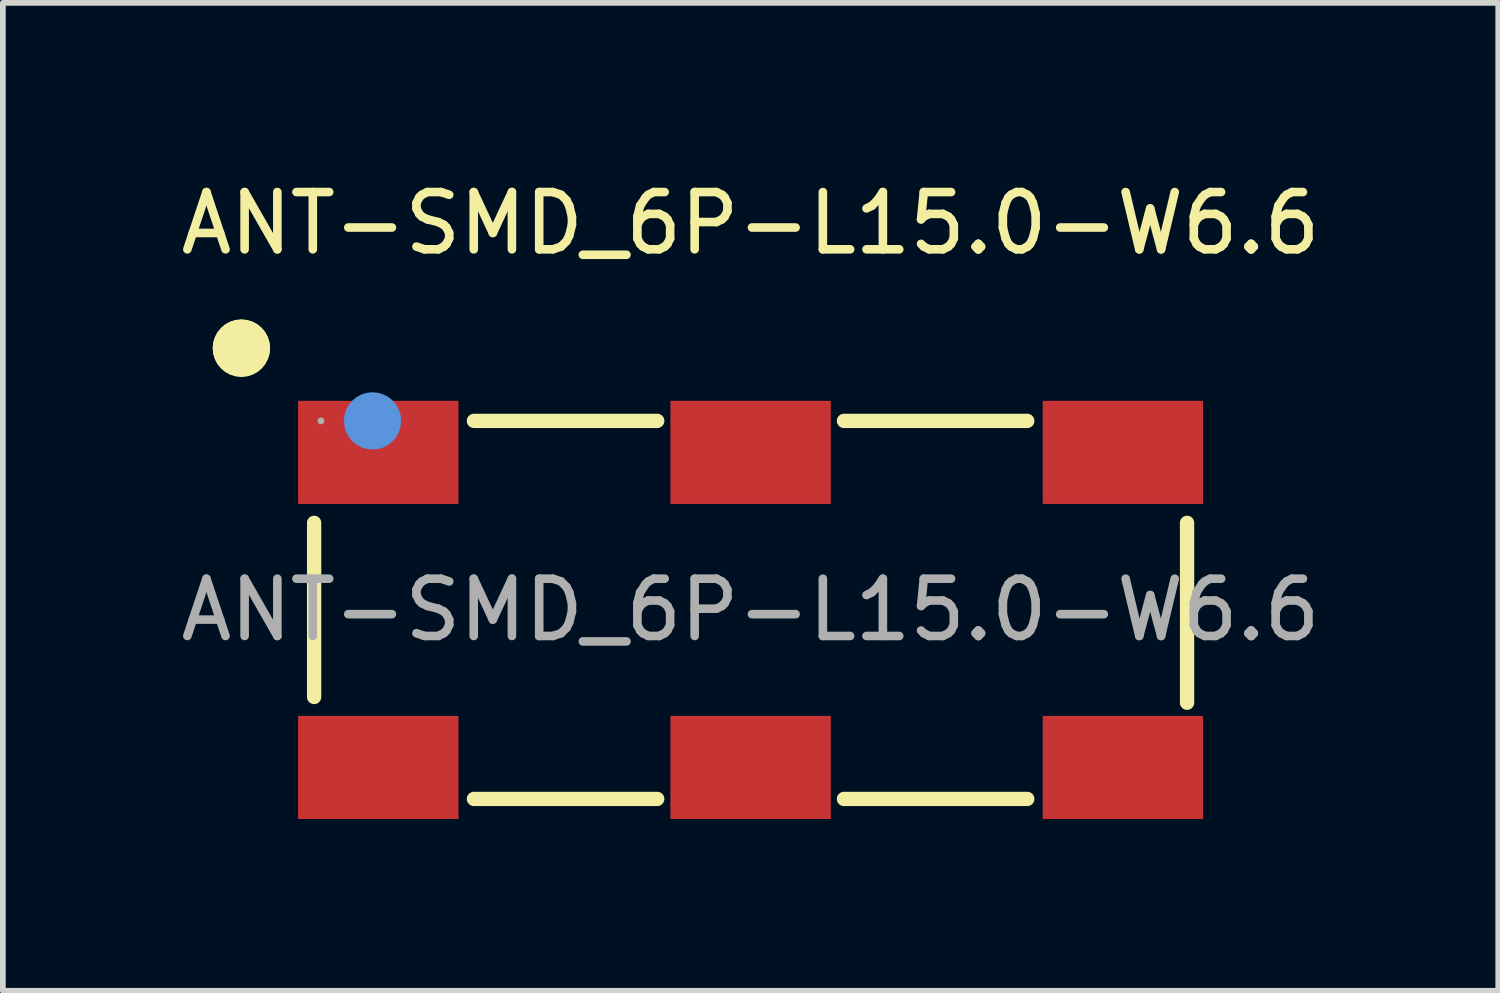
<source format=kicad_pcb>
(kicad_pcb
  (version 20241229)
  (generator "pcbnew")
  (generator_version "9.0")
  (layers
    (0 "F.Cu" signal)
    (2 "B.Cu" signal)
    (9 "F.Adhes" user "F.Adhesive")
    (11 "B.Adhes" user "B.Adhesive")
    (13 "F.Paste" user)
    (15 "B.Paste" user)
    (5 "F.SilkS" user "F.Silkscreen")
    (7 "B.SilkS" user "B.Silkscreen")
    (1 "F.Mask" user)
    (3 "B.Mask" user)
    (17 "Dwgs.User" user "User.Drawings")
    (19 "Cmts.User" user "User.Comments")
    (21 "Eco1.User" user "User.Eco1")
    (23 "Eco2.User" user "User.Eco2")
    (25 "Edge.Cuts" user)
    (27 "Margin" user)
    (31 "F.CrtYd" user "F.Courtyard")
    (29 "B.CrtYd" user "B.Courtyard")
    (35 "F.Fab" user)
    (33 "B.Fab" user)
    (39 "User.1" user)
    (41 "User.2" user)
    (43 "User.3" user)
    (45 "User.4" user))
  (footprint "ANT-SMD_6P-L15.0-W6.6"
    (layer "F.Cu")
    (at 10.054 7.598)
    (property "Reference" "ANT-SMD_6P-L15.0-W6.6" (at 0 -6.75 0) (layer "F.SilkS") (effects (font (size 1 1) (thickness 0.15))))
    (attr smd)
    (fp_line (start -7.62 -1.52) (end -7.62 1.52) (stroke (width 0.25) (type solid)) (layer "F.SilkS"))
    (fp_line (start -4.83 -3.3) (end -1.63 -3.3) (stroke (width 0.25) (type solid)) (layer "F.SilkS"))
    (fp_line (start -4.83 3.3) (end -1.63 3.3) (stroke (width 0.25) (type solid)) (layer "F.SilkS"))
    (fp_line (start 1.63 -3.3) (end 4.83 -3.3) (stroke (width 0.25) (type solid)) (layer "F.SilkS"))
    (fp_line (start 1.63 3.3) (end 4.83 3.3) (stroke (width 0.25) (type solid)) (layer "F.SilkS"))
    (fp_line (start 7.62 -1.52) (end 7.62 1.62) (stroke (width 0.25) (type solid)) (layer "F.SilkS"))
    (fp_arc (start -9.139962 -4.574363) (mid -8.640009 -4.567818) (end -9.14 -4.57) (stroke (width 0.5) (type solid)) (layer "F.SilkS"))
    (fp_arc (start -8.640038 -4.565637) (mid -9.139991 -4.572182) (end -8.64 -4.57) (stroke (width 0.5) (type solid)) (layer "F.SilkS"))
    (fp_circle (center -6.6 -3.3) (end -6.35 -3.3) (stroke (width 0.5) (type solid)) (fill no) (layer "Cmts.User"))
    (fp_circle (center -7.5 -3.3) (end -7.47 -3.3) (stroke (width 0.06) (type solid)) (fill no) (layer "F.Fab"))
    (fp_text user "${REFERENCE}" (at 0 0 0) (layer "F.Fab") (effects (font (size 1 1) (thickness 0.15))))
    (pad "1" smd rect (at -6.5 -2.75) (size 2.8 1.8) (layers "F.Cu" "F.Mask" "F.Paste"))
    (pad "2" smd rect (at 0 -2.75) (size 2.8 1.8) (layers "F.Cu" "F.Mask" "F.Paste"))
    (pad "3" smd rect (at 6.5 -2.75) (size 2.8 1.8) (layers "F.Cu" "F.Mask" "F.Paste"))
    (pad "4" smd rect (at 6.5 2.75) (size 2.8 1.8) (layers "F.Cu" "F.Mask" "F.Paste"))
    (pad "5" smd rect (at 0 2.75) (size 2.8 1.8) (layers "F.Cu" "F.Mask" "F.Paste"))
    (pad "6" smd rect (at -6.5 2.75) (size 2.8 1.8) (layers "F.Cu" "F.Mask" "F.Paste")))
  (gr_rect
    (start -3 -3)
    (end 23.107 14.248)
    (stroke (width 0.1) (type default))
    (fill no)
    (layer "Edge.Cuts")))
</source>
